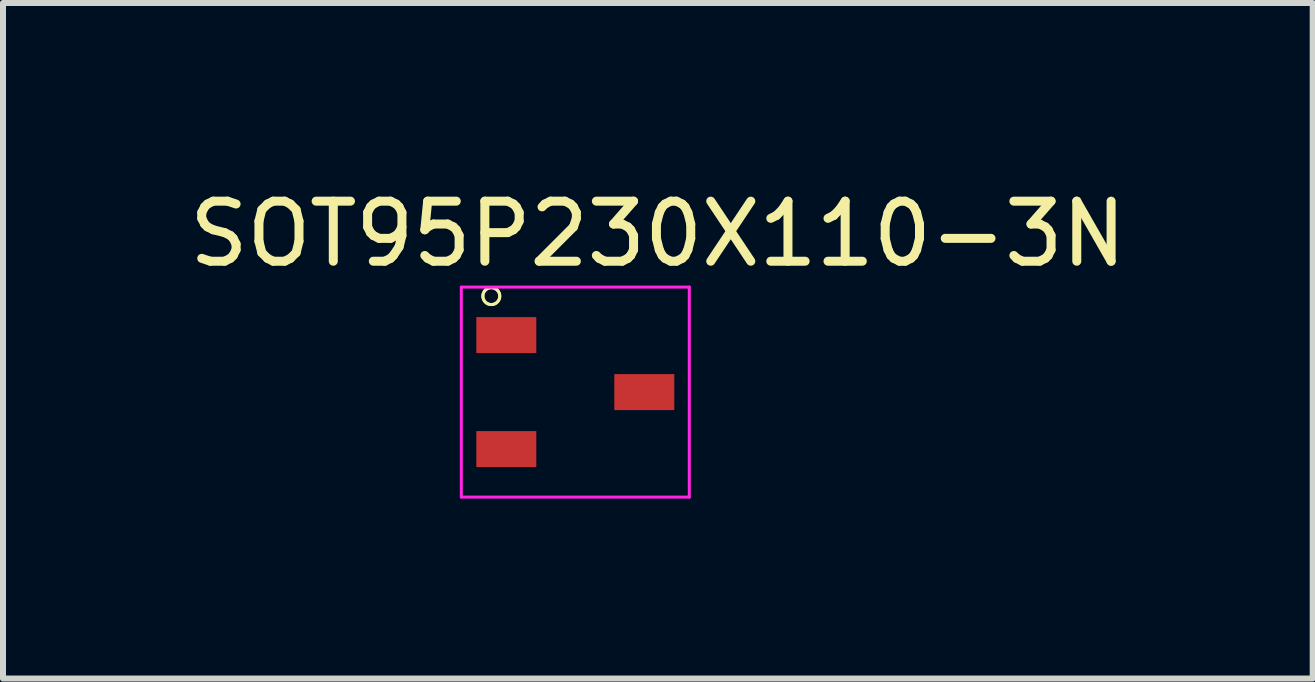
<source format=kicad_pcb>
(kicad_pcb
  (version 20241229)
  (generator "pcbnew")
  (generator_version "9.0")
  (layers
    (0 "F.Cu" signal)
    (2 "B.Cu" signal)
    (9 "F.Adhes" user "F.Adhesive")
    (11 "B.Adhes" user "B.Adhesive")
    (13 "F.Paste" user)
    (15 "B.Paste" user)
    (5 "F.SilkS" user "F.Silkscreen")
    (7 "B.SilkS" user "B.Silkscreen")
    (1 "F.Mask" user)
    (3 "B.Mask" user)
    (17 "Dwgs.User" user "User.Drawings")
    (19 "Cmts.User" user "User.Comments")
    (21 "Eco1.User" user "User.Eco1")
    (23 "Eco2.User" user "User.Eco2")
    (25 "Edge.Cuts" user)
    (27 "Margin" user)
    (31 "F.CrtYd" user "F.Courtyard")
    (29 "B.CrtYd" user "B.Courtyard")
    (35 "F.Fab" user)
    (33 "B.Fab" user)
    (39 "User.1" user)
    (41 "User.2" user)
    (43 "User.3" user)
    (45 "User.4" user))
  (footprint "SOT95P230X110-3N"
    (layer "F.Cu")
    (at 6.54 3.486)
    (property "Reference" "SOT95P230X110-3N" (at 1.376 -2.637 0) (layer "F.SilkS") (effects (font (size 1.001 1.001) (thickness 0.15))))
    (attr smd)
    (fp_circle (center -1.4 -1.6) (end -1.259 -1.6) (stroke (width 0.05) (type solid)) (fill no) (layer "F.SilkS"))
    (fp_circle (center -1.4 -1.6) (end -1.259 -1.6) (stroke (width 0.05) (type solid)) (fill no) (layer "F.SilkS"))
    (fp_line (start -1.9 -1.75) (end 1.9 -1.75) (stroke (width 0.05) (type solid)) (layer "F.CrtYd"))
    (fp_line (start -1.9 1.75) (end -1.9 -1.75) (stroke (width 0.05) (type solid)) (layer "F.CrtYd"))
    (fp_line (start 1.9 -1.75) (end 1.9 1.75) (stroke (width 0.05) (type solid)) (layer "F.CrtYd"))
    (fp_line (start 1.9 1.75) (end -1.9 1.75) (stroke (width 0.05) (type solid)) (layer "F.CrtYd"))
    (pad "1" smd rect (at -1.15 -0.95) (size 1 0.6) (layers "F.Cu" "F.Mask" "F.Paste"))
    (pad "2" smd rect (at -1.15 0.95) (size 1 0.6) (layers "F.Cu" "F.Mask" "F.Paste"))
    (pad "3" smd rect (at 1.15 0 180) (size 1 0.6) (layers "F.Cu" "F.Mask" "F.Paste")))
  (gr_rect
    (start -3 -3)
    (end 18.832 8.261)
    (stroke (width 0.1) (type default))
    (fill no)
    (layer "Edge.Cuts")))
</source>
